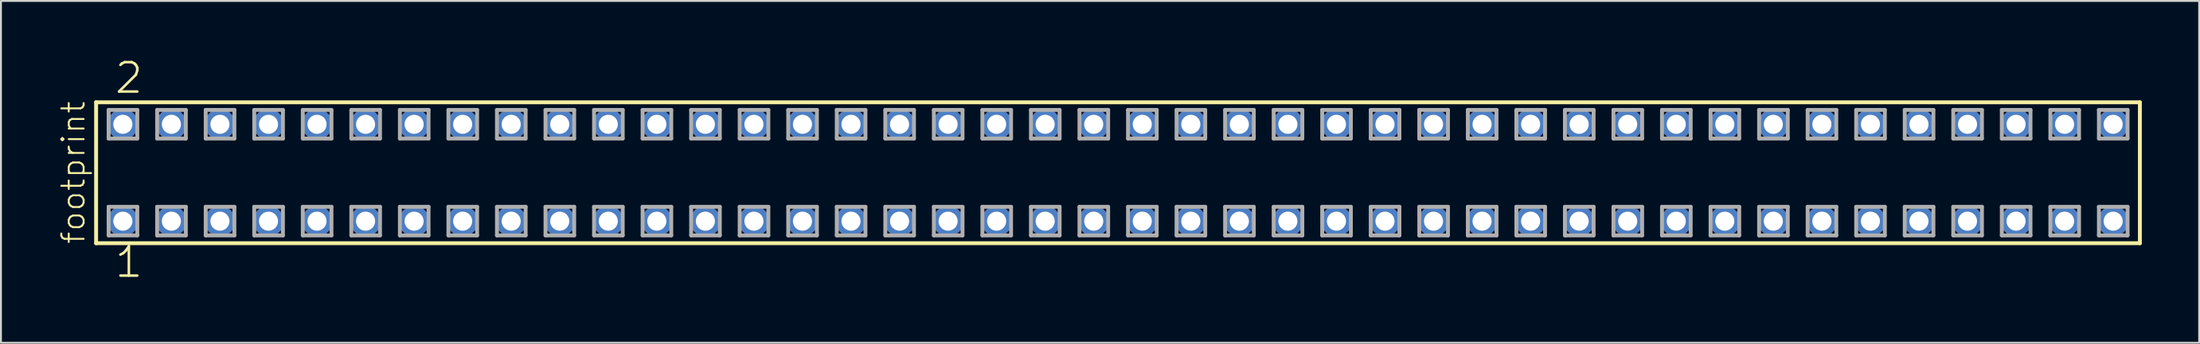
<source format=kicad_pcb>
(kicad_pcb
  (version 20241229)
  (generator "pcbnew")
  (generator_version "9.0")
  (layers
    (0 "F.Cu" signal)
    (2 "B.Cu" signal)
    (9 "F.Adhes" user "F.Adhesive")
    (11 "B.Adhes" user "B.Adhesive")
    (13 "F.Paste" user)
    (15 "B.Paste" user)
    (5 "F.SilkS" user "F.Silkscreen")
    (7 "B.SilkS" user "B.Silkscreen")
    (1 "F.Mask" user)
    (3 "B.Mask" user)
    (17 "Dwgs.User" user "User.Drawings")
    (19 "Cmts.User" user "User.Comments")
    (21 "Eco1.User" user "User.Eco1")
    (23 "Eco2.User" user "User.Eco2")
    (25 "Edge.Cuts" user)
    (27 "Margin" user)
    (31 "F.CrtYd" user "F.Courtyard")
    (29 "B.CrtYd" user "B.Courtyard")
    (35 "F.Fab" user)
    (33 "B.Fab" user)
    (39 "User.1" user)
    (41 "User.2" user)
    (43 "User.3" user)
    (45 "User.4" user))
  (footprint "footprint"
    (layer "F.Cu")
    (at 55.448 6.009)
    (property "Reference" "footprint" (at -53.975 3.81 90) (layer "F.SilkS") (effects (font (size 1.168 1.168) (thickness 0.102)) (justify left bottom)))
    (fp_line (start -53.469 -3.695) (end 53.469 -3.695) (stroke (width 0.203) (type solid)) (layer "F.SilkS"))
    (fp_line (start -53.469 3.695) (end -53.469 -3.695) (stroke (width 0.203) (type solid)) (layer "F.SilkS"))
    (fp_line (start 53.469 -3.695) (end 53.469 3.695) (stroke (width 0.203) (type solid)) (layer "F.SilkS"))
    (fp_line (start 53.469 3.695) (end -53.469 3.695) (stroke (width 0.203) (type solid)) (layer "F.SilkS"))
    (fp_line (start -52.815 -3.295) (end -51.315 -3.295) (stroke (width 0.203) (type solid)) (layer "F.Fab"))
    (fp_line (start -52.815 -1.795) (end -52.815 -3.295) (stroke (width 0.203) (type solid)) (layer "F.Fab"))
    (fp_line (start -52.815 1.785) (end -51.315 1.785) (stroke (width 0.203) (type solid)) (layer "F.Fab"))
    (fp_line (start -52.815 3.285) (end -52.815 1.785) (stroke (width 0.203) (type solid)) (layer "F.Fab"))
    (fp_line (start -51.315 -3.295) (end -51.315 -1.795) (stroke (width 0.203) (type solid)) (layer "F.Fab"))
    (fp_line (start -51.315 -1.795) (end -52.815 -1.795) (stroke (width 0.203) (type solid)) (layer "F.Fab"))
    (fp_line (start -51.315 1.785) (end -51.315 3.285) (stroke (width 0.203) (type solid)) (layer "F.Fab"))
    (fp_line (start -51.315 3.285) (end -52.815 3.285) (stroke (width 0.203) (type solid)) (layer "F.Fab"))
    (fp_line (start -50.275 -3.295) (end -48.775 -3.295) (stroke (width 0.203) (type solid)) (layer "F.Fab"))
    (fp_line (start -50.275 -1.795) (end -50.275 -3.295) (stroke (width 0.203) (type solid)) (layer "F.Fab"))
    (fp_line (start -50.275 1.785) (end -48.775 1.785) (stroke (width 0.203) (type solid)) (layer "F.Fab"))
    (fp_line (start -50.275 3.285) (end -50.275 1.785) (stroke (width 0.203) (type solid)) (layer "F.Fab"))
    (fp_line (start -48.775 -3.295) (end -48.775 -1.795) (stroke (width 0.203) (type solid)) (layer "F.Fab"))
    (fp_line (start -48.775 -1.795) (end -50.275 -1.795) (stroke (width 0.203) (type solid)) (layer "F.Fab"))
    (fp_line (start -48.775 1.785) (end -48.775 3.285) (stroke (width 0.203) (type solid)) (layer "F.Fab"))
    (fp_line (start -48.775 3.285) (end -50.275 3.285) (stroke (width 0.203) (type solid)) (layer "F.Fab"))
    (fp_line (start -47.735 -3.295) (end -46.235 -3.295) (stroke (width 0.203) (type solid)) (layer "F.Fab"))
    (fp_line (start -47.735 -1.795) (end -47.735 -3.295) (stroke (width 0.203) (type solid)) (layer "F.Fab"))
    (fp_line (start -47.735 1.785) (end -46.235 1.785) (stroke (width 0.203) (type solid)) (layer "F.Fab"))
    (fp_line (start -47.735 3.285) (end -47.735 1.785) (stroke (width 0.203) (type solid)) (layer "F.Fab"))
    (fp_line (start -46.235 -3.295) (end -46.235 -1.795) (stroke (width 0.203) (type solid)) (layer "F.Fab"))
    (fp_line (start -46.235 -1.795) (end -47.735 -1.795) (stroke (width 0.203) (type solid)) (layer "F.Fab"))
    (fp_line (start -46.235 1.785) (end -46.235 3.285) (stroke (width 0.203) (type solid)) (layer "F.Fab"))
    (fp_line (start -46.235 3.285) (end -47.735 3.285) (stroke (width 0.203) (type solid)) (layer "F.Fab"))
    (fp_line (start -45.195 -3.295) (end -43.695 -3.295) (stroke (width 0.203) (type solid)) (layer "F.Fab"))
    (fp_line (start -45.195 -1.795) (end -45.195 -3.295) (stroke (width 0.203) (type solid)) (layer "F.Fab"))
    (fp_line (start -45.195 1.785) (end -43.695 1.785) (stroke (width 0.203) (type solid)) (layer "F.Fab"))
    (fp_line (start -45.195 3.285) (end -45.195 1.785) (stroke (width 0.203) (type solid)) (layer "F.Fab"))
    (fp_line (start -43.695 -3.295) (end -43.695 -1.795) (stroke (width 0.203) (type solid)) (layer "F.Fab"))
    (fp_line (start -43.695 -1.795) (end -45.195 -1.795) (stroke (width 0.203) (type solid)) (layer "F.Fab"))
    (fp_line (start -43.695 1.785) (end -43.695 3.285) (stroke (width 0.203) (type solid)) (layer "F.Fab"))
    (fp_line (start -43.695 3.285) (end -45.195 3.285) (stroke (width 0.203) (type solid)) (layer "F.Fab"))
    (fp_line (start -42.655 -3.295) (end -41.155 -3.295) (stroke (width 0.203) (type solid)) (layer "F.Fab"))
    (fp_line (start -42.655 -1.795) (end -42.655 -3.295) (stroke (width 0.203) (type solid)) (layer "F.Fab"))
    (fp_line (start -42.655 1.785) (end -41.155 1.785) (stroke (width 0.203) (type solid)) (layer "F.Fab"))
    (fp_line (start -42.655 3.285) (end -42.655 1.785) (stroke (width 0.203) (type solid)) (layer "F.Fab"))
    (fp_line (start -41.155 -3.295) (end -41.155 -1.795) (stroke (width 0.203) (type solid)) (layer "F.Fab"))
    (fp_line (start -41.155 -1.795) (end -42.655 -1.795) (stroke (width 0.203) (type solid)) (layer "F.Fab"))
    (fp_line (start -41.155 1.785) (end -41.155 3.285) (stroke (width 0.203) (type solid)) (layer "F.Fab"))
    (fp_line (start -41.155 3.285) (end -42.655 3.285) (stroke (width 0.203) (type solid)) (layer "F.Fab"))
    (fp_line (start -40.115 -3.295) (end -38.615 -3.295) (stroke (width 0.203) (type solid)) (layer "F.Fab"))
    (fp_line (start -40.115 -1.795) (end -40.115 -3.295) (stroke (width 0.203) (type solid)) (layer "F.Fab"))
    (fp_line (start -40.115 1.785) (end -38.615 1.785) (stroke (width 0.203) (type solid)) (layer "F.Fab"))
    (fp_line (start -40.115 3.285) (end -40.115 1.785) (stroke (width 0.203) (type solid)) (layer "F.Fab"))
    (fp_line (start -38.615 -3.295) (end -38.615 -1.795) (stroke (width 0.203) (type solid)) (layer "F.Fab"))
    (fp_line (start -38.615 -1.795) (end -40.115 -1.795) (stroke (width 0.203) (type solid)) (layer "F.Fab"))
    (fp_line (start -38.615 1.785) (end -38.615 3.285) (stroke (width 0.203) (type solid)) (layer "F.Fab"))
    (fp_line (start -38.615 3.285) (end -40.115 3.285) (stroke (width 0.203) (type solid)) (layer "F.Fab"))
    (fp_line (start -37.575 -3.295) (end -36.075 -3.295) (stroke (width 0.203) (type solid)) (layer "F.Fab"))
    (fp_line (start -37.575 -1.795) (end -37.575 -3.295) (stroke (width 0.203) (type solid)) (layer "F.Fab"))
    (fp_line (start -37.575 1.785) (end -36.075 1.785) (stroke (width 0.203) (type solid)) (layer "F.Fab"))
    (fp_line (start -37.575 3.285) (end -37.575 1.785) (stroke (width 0.203) (type solid)) (layer "F.Fab"))
    (fp_line (start -36.075 -3.295) (end -36.075 -1.795) (stroke (width 0.203) (type solid)) (layer "F.Fab"))
    (fp_line (start -36.075 -1.795) (end -37.575 -1.795) (stroke (width 0.203) (type solid)) (layer "F.Fab"))
    (fp_line (start -36.075 1.785) (end -36.075 3.285) (stroke (width 0.203) (type solid)) (layer "F.Fab"))
    (fp_line (start -36.075 3.285) (end -37.575 3.285) (stroke (width 0.203) (type solid)) (layer "F.Fab"))
    (fp_line (start -35.035 -3.295) (end -33.535 -3.295) (stroke (width 0.203) (type solid)) (layer "F.Fab"))
    (fp_line (start -35.035 -1.795) (end -35.035 -3.295) (stroke (width 0.203) (type solid)) (layer "F.Fab"))
    (fp_line (start -35.035 1.785) (end -33.535 1.785) (stroke (width 0.203) (type solid)) (layer "F.Fab"))
    (fp_line (start -35.035 3.285) (end -35.035 1.785) (stroke (width 0.203) (type solid)) (layer "F.Fab"))
    (fp_line (start -33.535 -3.295) (end -33.535 -1.795) (stroke (width 0.203) (type solid)) (layer "F.Fab"))
    (fp_line (start -33.535 -1.795) (end -35.035 -1.795) (stroke (width 0.203) (type solid)) (layer "F.Fab"))
    (fp_line (start -33.535 1.785) (end -33.535 3.285) (stroke (width 0.203) (type solid)) (layer "F.Fab"))
    (fp_line (start -33.535 3.285) (end -35.035 3.285) (stroke (width 0.203) (type solid)) (layer "F.Fab"))
    (fp_line (start -32.495 -3.295) (end -30.995 -3.295) (stroke (width 0.203) (type solid)) (layer "F.Fab"))
    (fp_line (start -32.495 -1.795) (end -32.495 -3.295) (stroke (width 0.203) (type solid)) (layer "F.Fab"))
    (fp_line (start -32.495 1.785) (end -30.995 1.785) (stroke (width 0.203) (type solid)) (layer "F.Fab"))
    (fp_line (start -32.495 3.285) (end -32.495 1.785) (stroke (width 0.203) (type solid)) (layer "F.Fab"))
    (fp_line (start -30.995 -3.295) (end -30.995 -1.795) (stroke (width 0.203) (type solid)) (layer "F.Fab"))
    (fp_line (start -30.995 -1.795) (end -32.495 -1.795) (stroke (width 0.203) (type solid)) (layer "F.Fab"))
    (fp_line (start -30.995 1.785) (end -30.995 3.285) (stroke (width 0.203) (type solid)) (layer "F.Fab"))
    (fp_line (start -30.995 3.285) (end -32.495 3.285) (stroke (width 0.203) (type solid)) (layer "F.Fab"))
    (fp_line (start -29.955 -3.295) (end -28.455 -3.295) (stroke (width 0.203) (type solid)) (layer "F.Fab"))
    (fp_line (start -29.955 -1.795) (end -29.955 -3.295) (stroke (width 0.203) (type solid)) (layer "F.Fab"))
    (fp_line (start -29.955 1.785) (end -28.455 1.785) (stroke (width 0.203) (type solid)) (layer "F.Fab"))
    (fp_line (start -29.955 3.285) (end -29.955 1.785) (stroke (width 0.203) (type solid)) (layer "F.Fab"))
    (fp_line (start -28.455 -3.295) (end -28.455 -1.795) (stroke (width 0.203) (type solid)) (layer "F.Fab"))
    (fp_line (start -28.455 -1.795) (end -29.955 -1.795) (stroke (width 0.203) (type solid)) (layer "F.Fab"))
    (fp_line (start -28.455 1.785) (end -28.455 3.285) (stroke (width 0.203) (type solid)) (layer "F.Fab"))
    (fp_line (start -28.455 3.285) (end -29.955 3.285) (stroke (width 0.203) (type solid)) (layer "F.Fab"))
    (fp_line (start -27.415 -3.295) (end -25.915 -3.295) (stroke (width 0.203) (type solid)) (layer "F.Fab"))
    (fp_line (start -27.415 -1.795) (end -27.415 -3.295) (stroke (width 0.203) (type solid)) (layer "F.Fab"))
    (fp_line (start -27.415 1.785) (end -25.915 1.785) (stroke (width 0.203) (type solid)) (layer "F.Fab"))
    (fp_line (start -27.415 3.285) (end -27.415 1.785) (stroke (width 0.203) (type solid)) (layer "F.Fab"))
    (fp_line (start -25.915 -3.295) (end -25.915 -1.795) (stroke (width 0.203) (type solid)) (layer "F.Fab"))
    (fp_line (start -25.915 -1.795) (end -27.415 -1.795) (stroke (width 0.203) (type solid)) (layer "F.Fab"))
    (fp_line (start -25.915 1.785) (end -25.915 3.285) (stroke (width 0.203) (type solid)) (layer "F.Fab"))
    (fp_line (start -25.915 3.285) (end -27.415 3.285) (stroke (width 0.203) (type solid)) (layer "F.Fab"))
    (fp_line (start -24.875 -3.295) (end -23.375 -3.295) (stroke (width 0.203) (type solid)) (layer "F.Fab"))
    (fp_line (start -24.875 -1.795) (end -24.875 -3.295) (stroke (width 0.203) (type solid)) (layer "F.Fab"))
    (fp_line (start -24.875 1.785) (end -23.375 1.785) (stroke (width 0.203) (type solid)) (layer "F.Fab"))
    (fp_line (start -24.875 3.285) (end -24.875 1.785) (stroke (width 0.203) (type solid)) (layer "F.Fab"))
    (fp_line (start -23.375 -3.295) (end -23.375 -1.795) (stroke (width 0.203) (type solid)) (layer "F.Fab"))
    (fp_line (start -23.375 -1.795) (end -24.875 -1.795) (stroke (width 0.203) (type solid)) (layer "F.Fab"))
    (fp_line (start -23.375 1.785) (end -23.375 3.285) (stroke (width 0.203) (type solid)) (layer "F.Fab"))
    (fp_line (start -23.375 3.285) (end -24.875 3.285) (stroke (width 0.203) (type solid)) (layer "F.Fab"))
    (fp_line (start -22.335 -3.295) (end -20.835 -3.295) (stroke (width 0.203) (type solid)) (layer "F.Fab"))
    (fp_line (start -22.335 -1.795) (end -22.335 -3.295) (stroke (width 0.203) (type solid)) (layer "F.Fab"))
    (fp_line (start -22.335 1.785) (end -20.835 1.785) (stroke (width 0.203) (type solid)) (layer "F.Fab"))
    (fp_line (start -22.335 3.285) (end -22.335 1.785) (stroke (width 0.203) (type solid)) (layer "F.Fab"))
    (fp_line (start -20.835 -3.295) (end -20.835 -1.795) (stroke (width 0.203) (type solid)) (layer "F.Fab"))
    (fp_line (start -20.835 -1.795) (end -22.335 -1.795) (stroke (width 0.203) (type solid)) (layer "F.Fab"))
    (fp_line (start -20.835 1.785) (end -20.835 3.285) (stroke (width 0.203) (type solid)) (layer "F.Fab"))
    (fp_line (start -20.835 3.285) (end -22.335 3.285) (stroke (width 0.203) (type solid)) (layer "F.Fab"))
    (fp_line (start -19.795 -3.295) (end -18.295 -3.295) (stroke (width 0.203) (type solid)) (layer "F.Fab"))
    (fp_line (start -19.795 -1.795) (end -19.795 -3.295) (stroke (width 0.203) (type solid)) (layer "F.Fab"))
    (fp_line (start -19.795 1.785) (end -18.295 1.785) (stroke (width 0.203) (type solid)) (layer "F.Fab"))
    (fp_line (start -19.795 3.285) (end -19.795 1.785) (stroke (width 0.203) (type solid)) (layer "F.Fab"))
    (fp_line (start -18.295 -3.295) (end -18.295 -1.795) (stroke (width 0.203) (type solid)) (layer "F.Fab"))
    (fp_line (start -18.295 -1.795) (end -19.795 -1.795) (stroke (width 0.203) (type solid)) (layer "F.Fab"))
    (fp_line (start -18.295 1.785) (end -18.295 3.285) (stroke (width 0.203) (type solid)) (layer "F.Fab"))
    (fp_line (start -18.295 3.285) (end -19.795 3.285) (stroke (width 0.203) (type solid)) (layer "F.Fab"))
    (fp_line (start -17.255 -3.295) (end -15.755 -3.295) (stroke (width 0.203) (type solid)) (layer "F.Fab"))
    (fp_line (start -17.255 -1.795) (end -17.255 -3.295) (stroke (width 0.203) (type solid)) (layer "F.Fab"))
    (fp_line (start -17.255 1.785) (end -15.755 1.785) (stroke (width 0.203) (type solid)) (layer "F.Fab"))
    (fp_line (start -17.255 3.285) (end -17.255 1.785) (stroke (width 0.203) (type solid)) (layer "F.Fab"))
    (fp_line (start -15.755 -3.295) (end -15.755 -1.795) (stroke (width 0.203) (type solid)) (layer "F.Fab"))
    (fp_line (start -15.755 -1.795) (end -17.255 -1.795) (stroke (width 0.203) (type solid)) (layer "F.Fab"))
    (fp_line (start -15.755 1.785) (end -15.755 3.285) (stroke (width 0.203) (type solid)) (layer "F.Fab"))
    (fp_line (start -15.755 3.285) (end -17.255 3.285) (stroke (width 0.203) (type solid)) (layer "F.Fab"))
    (fp_line (start -14.715 -3.295) (end -13.215 -3.295) (stroke (width 0.203) (type solid)) (layer "F.Fab"))
    (fp_line (start -14.715 -1.795) (end -14.715 -3.295) (stroke (width 0.203) (type solid)) (layer "F.Fab"))
    (fp_line (start -14.715 1.785) (end -13.215 1.785) (stroke (width 0.203) (type solid)) (layer "F.Fab"))
    (fp_line (start -14.715 3.285) (end -14.715 1.785) (stroke (width 0.203) (type solid)) (layer "F.Fab"))
    (fp_line (start -13.215 -3.295) (end -13.215 -1.795) (stroke (width 0.203) (type solid)) (layer "F.Fab"))
    (fp_line (start -13.215 -1.795) (end -14.715 -1.795) (stroke (width 0.203) (type solid)) (layer "F.Fab"))
    (fp_line (start -13.215 1.785) (end -13.215 3.285) (stroke (width 0.203) (type solid)) (layer "F.Fab"))
    (fp_line (start -13.215 3.285) (end -14.715 3.285) (stroke (width 0.203) (type solid)) (layer "F.Fab"))
    (fp_line (start -12.175 -3.295) (end -10.675 -3.295) (stroke (width 0.203) (type solid)) (layer "F.Fab"))
    (fp_line (start -12.175 -1.795) (end -12.175 -3.295) (stroke (width 0.203) (type solid)) (layer "F.Fab"))
    (fp_line (start -12.175 1.785) (end -10.675 1.785) (stroke (width 0.203) (type solid)) (layer "F.Fab"))
    (fp_line (start -12.175 3.285) (end -12.175 1.785) (stroke (width 0.203) (type solid)) (layer "F.Fab"))
    (fp_line (start -10.675 -3.295) (end -10.675 -1.795) (stroke (width 0.203) (type solid)) (layer "F.Fab"))
    (fp_line (start -10.675 -1.795) (end -12.175 -1.795) (stroke (width 0.203) (type solid)) (layer "F.Fab"))
    (fp_line (start -10.675 1.785) (end -10.675 3.285) (stroke (width 0.203) (type solid)) (layer "F.Fab"))
    (fp_line (start -10.675 3.285) (end -12.175 3.285) (stroke (width 0.203) (type solid)) (layer "F.Fab"))
    (fp_line (start -9.635 -3.295) (end -8.135 -3.295) (stroke (width 0.203) (type solid)) (layer "F.Fab"))
    (fp_line (start -9.635 -1.795) (end -9.635 -3.295) (stroke (width 0.203) (type solid)) (layer "F.Fab"))
    (fp_line (start -9.635 1.785) (end -8.135 1.785) (stroke (width 0.203) (type solid)) (layer "F.Fab"))
    (fp_line (start -9.635 3.285) (end -9.635 1.785) (stroke (width 0.203) (type solid)) (layer "F.Fab"))
    (fp_line (start -8.135 -3.295) (end -8.135 -1.795) (stroke (width 0.203) (type solid)) (layer "F.Fab"))
    (fp_line (start -8.135 -1.795) (end -9.635 -1.795) (stroke (width 0.203) (type solid)) (layer "F.Fab"))
    (fp_line (start -8.135 1.785) (end -8.135 3.285) (stroke (width 0.203) (type solid)) (layer "F.Fab"))
    (fp_line (start -8.135 3.285) (end -9.635 3.285) (stroke (width 0.203) (type solid)) (layer "F.Fab"))
    (fp_line (start -7.095 -3.295) (end -5.595 -3.295) (stroke (width 0.203) (type solid)) (layer "F.Fab"))
    (fp_line (start -7.095 -1.795) (end -7.095 -3.295) (stroke (width 0.203) (type solid)) (layer "F.Fab"))
    (fp_line (start -7.095 1.785) (end -5.595 1.785) (stroke (width 0.203) (type solid)) (layer "F.Fab"))
    (fp_line (start -7.095 3.285) (end -7.095 1.785) (stroke (width 0.203) (type solid)) (layer "F.Fab"))
    (fp_line (start -5.595 -3.295) (end -5.595 -1.795) (stroke (width 0.203) (type solid)) (layer "F.Fab"))
    (fp_line (start -5.595 -1.795) (end -7.095 -1.795) (stroke (width 0.203) (type solid)) (layer "F.Fab"))
    (fp_line (start -5.595 1.785) (end -5.595 3.285) (stroke (width 0.203) (type solid)) (layer "F.Fab"))
    (fp_line (start -5.595 3.285) (end -7.095 3.285) (stroke (width 0.203) (type solid)) (layer "F.Fab"))
    (fp_line (start -4.555 -3.295) (end -3.055 -3.295) (stroke (width 0.203) (type solid)) (layer "F.Fab"))
    (fp_line (start -4.555 -1.795) (end -4.555 -3.295) (stroke (width 0.203) (type solid)) (layer "F.Fab"))
    (fp_line (start -4.555 1.785) (end -3.055 1.785) (stroke (width 0.203) (type solid)) (layer "F.Fab"))
    (fp_line (start -4.555 3.285) (end -4.555 1.785) (stroke (width 0.203) (type solid)) (layer "F.Fab"))
    (fp_line (start -3.055 -3.295) (end -3.055 -1.795) (stroke (width 0.203) (type solid)) (layer "F.Fab"))
    (fp_line (start -3.055 -1.795) (end -4.555 -1.795) (stroke (width 0.203) (type solid)) (layer "F.Fab"))
    (fp_line (start -3.055 1.785) (end -3.055 3.285) (stroke (width 0.203) (type solid)) (layer "F.Fab"))
    (fp_line (start -3.055 3.285) (end -4.555 3.285) (stroke (width 0.203) (type solid)) (layer "F.Fab"))
    (fp_line (start -2.015 -3.295) (end -0.515 -3.295) (stroke (width 0.203) (type solid)) (layer "F.Fab"))
    (fp_line (start -2.015 -1.795) (end -2.015 -3.295) (stroke (width 0.203) (type solid)) (layer "F.Fab"))
    (fp_line (start -2.015 1.785) (end -0.515 1.785) (stroke (width 0.203) (type solid)) (layer "F.Fab"))
    (fp_line (start -2.015 3.285) (end -2.015 1.785) (stroke (width 0.203) (type solid)) (layer "F.Fab"))
    (fp_line (start -0.515 -3.295) (end -0.515 -1.795) (stroke (width 0.203) (type solid)) (layer "F.Fab"))
    (fp_line (start -0.515 -1.795) (end -2.015 -1.795) (stroke (width 0.203) (type solid)) (layer "F.Fab"))
    (fp_line (start -0.515 1.785) (end -0.515 3.285) (stroke (width 0.203) (type solid)) (layer "F.Fab"))
    (fp_line (start -0.515 3.285) (end -2.015 3.285) (stroke (width 0.203) (type solid)) (layer "F.Fab"))
    (fp_line (start 0.525 -3.295) (end 2.025 -3.295) (stroke (width 0.203) (type solid)) (layer "F.Fab"))
    (fp_line (start 0.525 -1.795) (end 0.525 -3.295) (stroke (width 0.203) (type solid)) (layer "F.Fab"))
    (fp_line (start 0.525 1.785) (end 2.025 1.785) (stroke (width 0.203) (type solid)) (layer "F.Fab"))
    (fp_line (start 0.525 3.285) (end 0.525 1.785) (stroke (width 0.203) (type solid)) (layer "F.Fab"))
    (fp_line (start 2.025 -3.295) (end 2.025 -1.795) (stroke (width 0.203) (type solid)) (layer "F.Fab"))
    (fp_line (start 2.025 -1.795) (end 0.525 -1.795) (stroke (width 0.203) (type solid)) (layer "F.Fab"))
    (fp_line (start 2.025 1.785) (end 2.025 3.285) (stroke (width 0.203) (type solid)) (layer "F.Fab"))
    (fp_line (start 2.025 3.285) (end 0.525 3.285) (stroke (width 0.203) (type solid)) (layer "F.Fab"))
    (fp_line (start 3.065 -3.295) (end 4.565 -3.295) (stroke (width 0.203) (type solid)) (layer "F.Fab"))
    (fp_line (start 3.065 -1.795) (end 3.065 -3.295) (stroke (width 0.203) (type solid)) (layer "F.Fab"))
    (fp_line (start 3.065 1.785) (end 4.565 1.785) (stroke (width 0.203) (type solid)) (layer "F.Fab"))
    (fp_line (start 3.065 3.285) (end 3.065 1.785) (stroke (width 0.203) (type solid)) (layer "F.Fab"))
    (fp_line (start 4.565 -3.295) (end 4.565 -1.795) (stroke (width 0.203) (type solid)) (layer "F.Fab"))
    (fp_line (start 4.565 -1.795) (end 3.065 -1.795) (stroke (width 0.203) (type solid)) (layer "F.Fab"))
    (fp_line (start 4.565 1.785) (end 4.565 3.285) (stroke (width 0.203) (type solid)) (layer "F.Fab"))
    (fp_line (start 4.565 3.285) (end 3.065 3.285) (stroke (width 0.203) (type solid)) (layer "F.Fab"))
    (fp_line (start 5.605 -3.295) (end 7.105 -3.295) (stroke (width 0.203) (type solid)) (layer "F.Fab"))
    (fp_line (start 5.605 -1.795) (end 5.605 -3.295) (stroke (width 0.203) (type solid)) (layer "F.Fab"))
    (fp_line (start 5.605 1.785) (end 7.105 1.785) (stroke (width 0.203) (type solid)) (layer "F.Fab"))
    (fp_line (start 5.605 3.285) (end 5.605 1.785) (stroke (width 0.203) (type solid)) (layer "F.Fab"))
    (fp_line (start 7.105 -3.295) (end 7.105 -1.795) (stroke (width 0.203) (type solid)) (layer "F.Fab"))
    (fp_line (start 7.105 -1.795) (end 5.605 -1.795) (stroke (width 0.203) (type solid)) (layer "F.Fab"))
    (fp_line (start 7.105 1.785) (end 7.105 3.285) (stroke (width 0.203) (type solid)) (layer "F.Fab"))
    (fp_line (start 7.105 3.285) (end 5.605 3.285) (stroke (width 0.203) (type solid)) (layer "F.Fab"))
    (fp_line (start 8.145 -3.295) (end 9.645 -3.295) (stroke (width 0.203) (type solid)) (layer "F.Fab"))
    (fp_line (start 8.145 -1.795) (end 8.145 -3.295) (stroke (width 0.203) (type solid)) (layer "F.Fab"))
    (fp_line (start 8.145 1.785) (end 9.645 1.785) (stroke (width 0.203) (type solid)) (layer "F.Fab"))
    (fp_line (start 8.145 3.285) (end 8.145 1.785) (stroke (width 0.203) (type solid)) (layer "F.Fab"))
    (fp_line (start 9.645 -3.295) (end 9.645 -1.795) (stroke (width 0.203) (type solid)) (layer "F.Fab"))
    (fp_line (start 9.645 -1.795) (end 8.145 -1.795) (stroke (width 0.203) (type solid)) (layer "F.Fab"))
    (fp_line (start 9.645 1.785) (end 9.645 3.285) (stroke (width 0.203) (type solid)) (layer "F.Fab"))
    (fp_line (start 9.645 3.285) (end 8.145 3.285) (stroke (width 0.203) (type solid)) (layer "F.Fab"))
    (fp_line (start 10.685 -3.295) (end 12.185 -3.295) (stroke (width 0.203) (type solid)) (layer "F.Fab"))
    (fp_line (start 10.685 -1.795) (end 10.685 -3.295) (stroke (width 0.203) (type solid)) (layer "F.Fab"))
    (fp_line (start 10.685 1.785) (end 12.185 1.785) (stroke (width 0.203) (type solid)) (layer "F.Fab"))
    (fp_line (start 10.685 3.285) (end 10.685 1.785) (stroke (width 0.203) (type solid)) (layer "F.Fab"))
    (fp_line (start 12.185 -3.295) (end 12.185 -1.795) (stroke (width 0.203) (type solid)) (layer "F.Fab"))
    (fp_line (start 12.185 -1.795) (end 10.685 -1.795) (stroke (width 0.203) (type solid)) (layer "F.Fab"))
    (fp_line (start 12.185 1.785) (end 12.185 3.285) (stroke (width 0.203) (type solid)) (layer "F.Fab"))
    (fp_line (start 12.185 3.285) (end 10.685 3.285) (stroke (width 0.203) (type solid)) (layer "F.Fab"))
    (fp_line (start 13.225 -3.295) (end 14.725 -3.295) (stroke (width 0.203) (type solid)) (layer "F.Fab"))
    (fp_line (start 13.225 -1.795) (end 13.225 -3.295) (stroke (width 0.203) (type solid)) (layer "F.Fab"))
    (fp_line (start 13.225 1.785) (end 14.725 1.785) (stroke (width 0.203) (type solid)) (layer "F.Fab"))
    (fp_line (start 13.225 3.285) (end 13.225 1.785) (stroke (width 0.203) (type solid)) (layer "F.Fab"))
    (fp_line (start 14.725 -3.295) (end 14.725 -1.795) (stroke (width 0.203) (type solid)) (layer "F.Fab"))
    (fp_line (start 14.725 -1.795) (end 13.225 -1.795) (stroke (width 0.203) (type solid)) (layer "F.Fab"))
    (fp_line (start 14.725 1.785) (end 14.725 3.285) (stroke (width 0.203) (type solid)) (layer "F.Fab"))
    (fp_line (start 14.725 3.285) (end 13.225 3.285) (stroke (width 0.203) (type solid)) (layer "F.Fab"))
    (fp_line (start 15.765 -3.295) (end 17.265 -3.295) (stroke (width 0.203) (type solid)) (layer "F.Fab"))
    (fp_line (start 15.765 -1.795) (end 15.765 -3.295) (stroke (width 0.203) (type solid)) (layer "F.Fab"))
    (fp_line (start 15.765 1.785) (end 17.265 1.785) (stroke (width 0.203) (type solid)) (layer "F.Fab"))
    (fp_line (start 15.765 3.285) (end 15.765 1.785) (stroke (width 0.203) (type solid)) (layer "F.Fab"))
    (fp_line (start 17.265 -3.295) (end 17.265 -1.795) (stroke (width 0.203) (type solid)) (layer "F.Fab"))
    (fp_line (start 17.265 -1.795) (end 15.765 -1.795) (stroke (width 0.203) (type solid)) (layer "F.Fab"))
    (fp_line (start 17.265 1.785) (end 17.265 3.285) (stroke (width 0.203) (type solid)) (layer "F.Fab"))
    (fp_line (start 17.265 3.285) (end 15.765 3.285) (stroke (width 0.203) (type solid)) (layer "F.Fab"))
    (fp_line (start 18.305 -3.295) (end 19.805 -3.295) (stroke (width 0.203) (type solid)) (layer "F.Fab"))
    (fp_line (start 18.305 -1.795) (end 18.305 -3.295) (stroke (width 0.203) (type solid)) (layer "F.Fab"))
    (fp_line (start 18.305 1.785) (end 19.805 1.785) (stroke (width 0.203) (type solid)) (layer "F.Fab"))
    (fp_line (start 18.305 3.285) (end 18.305 1.785) (stroke (width 0.203) (type solid)) (layer "F.Fab"))
    (fp_line (start 19.805 -3.295) (end 19.805 -1.795) (stroke (width 0.203) (type solid)) (layer "F.Fab"))
    (fp_line (start 19.805 -1.795) (end 18.305 -1.795) (stroke (width 0.203) (type solid)) (layer "F.Fab"))
    (fp_line (start 19.805 1.785) (end 19.805 3.285) (stroke (width 0.203) (type solid)) (layer "F.Fab"))
    (fp_line (start 19.805 3.285) (end 18.305 3.285) (stroke (width 0.203) (type solid)) (layer "F.Fab"))
    (fp_line (start 20.845 -3.295) (end 22.345 -3.295) (stroke (width 0.203) (type solid)) (layer "F.Fab"))
    (fp_line (start 20.845 -1.795) (end 20.845 -3.295) (stroke (width 0.203) (type solid)) (layer "F.Fab"))
    (fp_line (start 20.845 1.785) (end 22.345 1.785) (stroke (width 0.203) (type solid)) (layer "F.Fab"))
    (fp_line (start 20.845 3.285) (end 20.845 1.785) (stroke (width 0.203) (type solid)) (layer "F.Fab"))
    (fp_line (start 22.345 -3.295) (end 22.345 -1.795) (stroke (width 0.203) (type solid)) (layer "F.Fab"))
    (fp_line (start 22.345 -1.795) (end 20.845 -1.795) (stroke (width 0.203) (type solid)) (layer "F.Fab"))
    (fp_line (start 22.345 1.785) (end 22.345 3.285) (stroke (width 0.203) (type solid)) (layer "F.Fab"))
    (fp_line (start 22.345 3.285) (end 20.845 3.285) (stroke (width 0.203) (type solid)) (layer "F.Fab"))
    (fp_line (start 23.385 -3.295) (end 24.885 -3.295) (stroke (width 0.203) (type solid)) (layer "F.Fab"))
    (fp_line (start 23.385 -1.795) (end 23.385 -3.295) (stroke (width 0.203) (type solid)) (layer "F.Fab"))
    (fp_line (start 23.385 1.785) (end 24.885 1.785) (stroke (width 0.203) (type solid)) (layer "F.Fab"))
    (fp_line (start 23.385 3.285) (end 23.385 1.785) (stroke (width 0.203) (type solid)) (layer "F.Fab"))
    (fp_line (start 24.885 -3.295) (end 24.885 -1.795) (stroke (width 0.203) (type solid)) (layer "F.Fab"))
    (fp_line (start 24.885 -1.795) (end 23.385 -1.795) (stroke (width 0.203) (type solid)) (layer "F.Fab"))
    (fp_line (start 24.885 1.785) (end 24.885 3.285) (stroke (width 0.203) (type solid)) (layer "F.Fab"))
    (fp_line (start 24.885 3.285) (end 23.385 3.285) (stroke (width 0.203) (type solid)) (layer "F.Fab"))
    (fp_line (start 25.925 -3.295) (end 27.425 -3.295) (stroke (width 0.203) (type solid)) (layer "F.Fab"))
    (fp_line (start 25.925 -1.795) (end 25.925 -3.295) (stroke (width 0.203) (type solid)) (layer "F.Fab"))
    (fp_line (start 25.925 1.785) (end 27.425 1.785) (stroke (width 0.203) (type solid)) (layer "F.Fab"))
    (fp_line (start 25.925 3.285) (end 25.925 1.785) (stroke (width 0.203) (type solid)) (layer "F.Fab"))
    (fp_line (start 27.425 -3.295) (end 27.425 -1.795) (stroke (width 0.203) (type solid)) (layer "F.Fab"))
    (fp_line (start 27.425 -1.795) (end 25.925 -1.795) (stroke (width 0.203) (type solid)) (layer "F.Fab"))
    (fp_line (start 27.425 1.785) (end 27.425 3.285) (stroke (width 0.203) (type solid)) (layer "F.Fab"))
    (fp_line (start 27.425 3.285) (end 25.925 3.285) (stroke (width 0.203) (type solid)) (layer "F.Fab"))
    (fp_line (start 28.465 -3.295) (end 29.965 -3.295) (stroke (width 0.203) (type solid)) (layer "F.Fab"))
    (fp_line (start 28.465 -1.795) (end 28.465 -3.295) (stroke (width 0.203) (type solid)) (layer "F.Fab"))
    (fp_line (start 28.465 1.785) (end 29.965 1.785) (stroke (width 0.203) (type solid)) (layer "F.Fab"))
    (fp_line (start 28.465 3.285) (end 28.465 1.785) (stroke (width 0.203) (type solid)) (layer "F.Fab"))
    (fp_line (start 29.965 -3.295) (end 29.965 -1.795) (stroke (width 0.203) (type solid)) (layer "F.Fab"))
    (fp_line (start 29.965 -1.795) (end 28.465 -1.795) (stroke (width 0.203) (type solid)) (layer "F.Fab"))
    (fp_line (start 29.965 1.785) (end 29.965 3.285) (stroke (width 0.203) (type solid)) (layer "F.Fab"))
    (fp_line (start 29.965 3.285) (end 28.465 3.285) (stroke (width 0.203) (type solid)) (layer "F.Fab"))
    (fp_line (start 31.005 -3.295) (end 32.505 -3.295) (stroke (width 0.203) (type solid)) (layer "F.Fab"))
    (fp_line (start 31.005 -1.795) (end 31.005 -3.295) (stroke (width 0.203) (type solid)) (layer "F.Fab"))
    (fp_line (start 31.005 1.785) (end 32.505 1.785) (stroke (width 0.203) (type solid)) (layer "F.Fab"))
    (fp_line (start 31.005 3.285) (end 31.005 1.785) (stroke (width 0.203) (type solid)) (layer "F.Fab"))
    (fp_line (start 32.505 -3.295) (end 32.505 -1.795) (stroke (width 0.203) (type solid)) (layer "F.Fab"))
    (fp_line (start 32.505 -1.795) (end 31.005 -1.795) (stroke (width 0.203) (type solid)) (layer "F.Fab"))
    (fp_line (start 32.505 1.785) (end 32.505 3.285) (stroke (width 0.203) (type solid)) (layer "F.Fab"))
    (fp_line (start 32.505 3.285) (end 31.005 3.285) (stroke (width 0.203) (type solid)) (layer "F.Fab"))
    (fp_line (start 33.545 -3.295) (end 35.045 -3.295) (stroke (width 0.203) (type solid)) (layer "F.Fab"))
    (fp_line (start 33.545 -1.795) (end 33.545 -3.295) (stroke (width 0.203) (type solid)) (layer "F.Fab"))
    (fp_line (start 33.545 1.785) (end 35.045 1.785) (stroke (width 0.203) (type solid)) (layer "F.Fab"))
    (fp_line (start 33.545 3.285) (end 33.545 1.785) (stroke (width 0.203) (type solid)) (layer "F.Fab"))
    (fp_line (start 35.045 -3.295) (end 35.045 -1.795) (stroke (width 0.203) (type solid)) (layer "F.Fab"))
    (fp_line (start 35.045 -1.795) (end 33.545 -1.795) (stroke (width 0.203) (type solid)) (layer "F.Fab"))
    (fp_line (start 35.045 1.785) (end 35.045 3.285) (stroke (width 0.203) (type solid)) (layer "F.Fab"))
    (fp_line (start 35.045 3.285) (end 33.545 3.285) (stroke (width 0.203) (type solid)) (layer "F.Fab"))
    (fp_line (start 36.085 -3.295) (end 37.585 -3.295) (stroke (width 0.203) (type solid)) (layer "F.Fab"))
    (fp_line (start 36.085 -1.795) (end 36.085 -3.295) (stroke (width 0.203) (type solid)) (layer "F.Fab"))
    (fp_line (start 36.085 1.785) (end 37.585 1.785) (stroke (width 0.203) (type solid)) (layer "F.Fab"))
    (fp_line (start 36.085 3.285) (end 36.085 1.785) (stroke (width 0.203) (type solid)) (layer "F.Fab"))
    (fp_line (start 37.585 -3.295) (end 37.585 -1.795) (stroke (width 0.203) (type solid)) (layer "F.Fab"))
    (fp_line (start 37.585 -1.795) (end 36.085 -1.795) (stroke (width 0.203) (type solid)) (layer "F.Fab"))
    (fp_line (start 37.585 1.785) (end 37.585 3.285) (stroke (width 0.203) (type solid)) (layer "F.Fab"))
    (fp_line (start 37.585 3.285) (end 36.085 3.285) (stroke (width 0.203) (type solid)) (layer "F.Fab"))
    (fp_line (start 38.625 -3.295) (end 40.125 -3.295) (stroke (width 0.203) (type solid)) (layer "F.Fab"))
    (fp_line (start 38.625 -1.795) (end 38.625 -3.295) (stroke (width 0.203) (type solid)) (layer "F.Fab"))
    (fp_line (start 38.625 1.785) (end 40.125 1.785) (stroke (width 0.203) (type solid)) (layer "F.Fab"))
    (fp_line (start 38.625 3.285) (end 38.625 1.785) (stroke (width 0.203) (type solid)) (layer "F.Fab"))
    (fp_line (start 40.125 -3.295) (end 40.125 -1.795) (stroke (width 0.203) (type solid)) (layer "F.Fab"))
    (fp_line (start 40.125 -1.795) (end 38.625 -1.795) (stroke (width 0.203) (type solid)) (layer "F.Fab"))
    (fp_line (start 40.125 1.785) (end 40.125 3.285) (stroke (width 0.203) (type solid)) (layer "F.Fab"))
    (fp_line (start 40.125 3.285) (end 38.625 3.285) (stroke (width 0.203) (type solid)) (layer "F.Fab"))
    (fp_line (start 41.165 -3.295) (end 42.665 -3.295) (stroke (width 0.203) (type solid)) (layer "F.Fab"))
    (fp_line (start 41.165 -1.795) (end 41.165 -3.295) (stroke (width 0.203) (type solid)) (layer "F.Fab"))
    (fp_line (start 41.165 1.785) (end 42.665 1.785) (stroke (width 0.203) (type solid)) (layer "F.Fab"))
    (fp_line (start 41.165 3.285) (end 41.165 1.785) (stroke (width 0.203) (type solid)) (layer "F.Fab"))
    (fp_line (start 42.665 -3.295) (end 42.665 -1.795) (stroke (width 0.203) (type solid)) (layer "F.Fab"))
    (fp_line (start 42.665 -1.795) (end 41.165 -1.795) (stroke (width 0.203) (type solid)) (layer "F.Fab"))
    (fp_line (start 42.665 1.785) (end 42.665 3.285) (stroke (width 0.203) (type solid)) (layer "F.Fab"))
    (fp_line (start 42.665 3.285) (end 41.165 3.285) (stroke (width 0.203) (type solid)) (layer "F.Fab"))
    (fp_line (start 43.705 -3.295) (end 45.205 -3.295) (stroke (width 0.203) (type solid)) (layer "F.Fab"))
    (fp_line (start 43.705 -1.795) (end 43.705 -3.295) (stroke (width 0.203) (type solid)) (layer "F.Fab"))
    (fp_line (start 43.705 1.785) (end 45.205 1.785) (stroke (width 0.203) (type solid)) (layer "F.Fab"))
    (fp_line (start 43.705 3.285) (end 43.705 1.785) (stroke (width 0.203) (type solid)) (layer "F.Fab"))
    (fp_line (start 45.205 -3.295) (end 45.205 -1.795) (stroke (width 0.203) (type solid)) (layer "F.Fab"))
    (fp_line (start 45.205 -1.795) (end 43.705 -1.795) (stroke (width 0.203) (type solid)) (layer "F.Fab"))
    (fp_line (start 45.205 1.785) (end 45.205 3.285) (stroke (width 0.203) (type solid)) (layer "F.Fab"))
    (fp_line (start 45.205 3.285) (end 43.705 3.285) (stroke (width 0.203) (type solid)) (layer "F.Fab"))
    (fp_line (start 46.245 -3.295) (end 47.745 -3.295) (stroke (width 0.203) (type solid)) (layer "F.Fab"))
    (fp_line (start 46.245 -1.795) (end 46.245 -3.295) (stroke (width 0.203) (type solid)) (layer "F.Fab"))
    (fp_line (start 46.245 1.785) (end 47.745 1.785) (stroke (width 0.203) (type solid)) (layer "F.Fab"))
    (fp_line (start 46.245 3.285) (end 46.245 1.785) (stroke (width 0.203) (type solid)) (layer "F.Fab"))
    (fp_line (start 47.745 -3.295) (end 47.745 -1.795) (stroke (width 0.203) (type solid)) (layer "F.Fab"))
    (fp_line (start 47.745 -1.795) (end 46.245 -1.795) (stroke (width 0.203) (type solid)) (layer "F.Fab"))
    (fp_line (start 47.745 1.785) (end 47.745 3.285) (stroke (width 0.203) (type solid)) (layer "F.Fab"))
    (fp_line (start 47.745 3.285) (end 46.245 3.285) (stroke (width 0.203) (type solid)) (layer "F.Fab"))
    (fp_line (start 48.785 -3.295) (end 50.285 -3.295) (stroke (width 0.203) (type solid)) (layer "F.Fab"))
    (fp_line (start 48.785 -1.795) (end 48.785 -3.295) (stroke (width 0.203) (type solid)) (layer "F.Fab"))
    (fp_line (start 48.785 1.785) (end 50.285 1.785) (stroke (width 0.203) (type solid)) (layer "F.Fab"))
    (fp_line (start 48.785 3.285) (end 48.785 1.785) (stroke (width 0.203) (type solid)) (layer "F.Fab"))
    (fp_line (start 50.285 -3.295) (end 50.285 -1.795) (stroke (width 0.203) (type solid)) (layer "F.Fab"))
    (fp_line (start 50.285 -1.795) (end 48.785 -1.795) (stroke (width 0.203) (type solid)) (layer "F.Fab"))
    (fp_line (start 50.285 1.785) (end 50.285 3.285) (stroke (width 0.203) (type solid)) (layer "F.Fab"))
    (fp_line (start 50.285 3.285) (end 48.785 3.285) (stroke (width 0.203) (type solid)) (layer "F.Fab"))
    (fp_line (start 51.325 -3.295) (end 52.825 -3.295) (stroke (width 0.203) (type solid)) (layer "F.Fab"))
    (fp_line (start 51.325 -1.795) (end 51.325 -3.295) (stroke (width 0.203) (type solid)) (layer "F.Fab"))
    (fp_line (start 51.325 1.785) (end 52.825 1.785) (stroke (width 0.203) (type solid)) (layer "F.Fab"))
    (fp_line (start 51.325 3.285) (end 51.325 1.785) (stroke (width 0.203) (type solid)) (layer "F.Fab"))
    (fp_line (start 52.825 -3.295) (end 52.825 -1.795) (stroke (width 0.203) (type solid)) (layer "F.Fab"))
    (fp_line (start 52.825 -1.795) (end 51.325 -1.795) (stroke (width 0.203) (type solid)) (layer "F.Fab"))
    (fp_line (start 52.825 1.785) (end 52.825 3.285) (stroke (width 0.203) (type solid)) (layer "F.Fab"))
    (fp_line (start 52.825 3.285) (end 51.325 3.285) (stroke (width 0.203) (type solid)) (layer "F.Fab"))
    (fp_text user "1" (at -52.578 5.588 0) (layer "F.SilkS") (effects (font (size 1.542 1.542) (thickness 0.134)) (justify left bottom)))
    (fp_text user "2" (at -52.578 -4.064 0) (layer "F.SilkS") (effects (font (size 1.542 1.542) (thickness 0.134)) (justify left bottom)))
    (pad "1" thru_hole roundrect (at -52.07 2.54) (size 1.5 1.5) (drill 1) (layers "*.Cu" "*.Mask") (roundrect_rratio 0.25) (chamfer_ratio 0.25) (chamfer top_left top_right bottom_left bottom_right))
    (pad "2" thru_hole roundrect (at -52.07 -2.54) (size 1.5 1.5) (drill 1) (layers "*.Cu" "*.Mask") (roundrect_rratio 0.25) (chamfer_ratio 0.25) (chamfer top_left top_right bottom_left bottom_right))
    (pad "3" thru_hole roundrect (at -49.53 2.54) (size 1.5 1.5) (drill 1) (layers "*.Cu" "*.Mask") (roundrect_rratio 0.25) (chamfer_ratio 0.25) (chamfer top_left top_right bottom_left bottom_right))
    (pad "4" thru_hole roundrect (at -49.53 -2.54) (size 1.5 1.5) (drill 1) (layers "*.Cu" "*.Mask") (roundrect_rratio 0.25) (chamfer_ratio 0.25) (chamfer top_left top_right bottom_left bottom_right))
    (pad "5" thru_hole roundrect (at -46.99 2.54) (size 1.5 1.5) (drill 1) (layers "*.Cu" "*.Mask") (roundrect_rratio 0.25) (chamfer_ratio 0.25) (chamfer top_left top_right bottom_left bottom_right))
    (pad "6" thru_hole roundrect (at -46.99 -2.54) (size 1.5 1.5) (drill 1) (layers "*.Cu" "*.Mask") (roundrect_rratio 0.25) (chamfer_ratio 0.25) (chamfer top_left top_right bottom_left bottom_right))
    (pad "7" thru_hole roundrect (at -44.45 2.54) (size 1.5 1.5) (drill 1) (layers "*.Cu" "*.Mask") (roundrect_rratio 0.25) (chamfer_ratio 0.25) (chamfer top_left top_right bottom_left bottom_right))
    (pad "8" thru_hole roundrect (at -44.45 -2.54) (size 1.5 1.5) (drill 1) (layers "*.Cu" "*.Mask") (roundrect_rratio 0.25) (chamfer_ratio 0.25) (chamfer top_left top_right bottom_left bottom_right))
    (pad "9" thru_hole roundrect (at -41.91 2.54) (size 1.5 1.5) (drill 1) (layers "*.Cu" "*.Mask") (roundrect_rratio 0.25) (chamfer_ratio 0.25) (chamfer top_left top_right bottom_left bottom_right))
    (pad "10" thru_hole roundrect (at -41.91 -2.54) (size 1.5 1.5) (drill 1) (layers "*.Cu" "*.Mask") (roundrect_rratio 0.25) (chamfer_ratio 0.25) (chamfer top_left top_right bottom_left bottom_right))
    (pad "11" thru_hole roundrect (at -39.37 2.54) (size 1.5 1.5) (drill 1) (layers "*.Cu" "*.Mask") (roundrect_rratio 0.25) (chamfer_ratio 0.25) (chamfer top_left top_right bottom_left bottom_right))
    (pad "12" thru_hole roundrect (at -39.37 -2.54) (size 1.5 1.5) (drill 1) (layers "*.Cu" "*.Mask") (roundrect_rratio 0.25) (chamfer_ratio 0.25) (chamfer top_left top_right bottom_left bottom_right))
    (pad "13" thru_hole roundrect (at -36.83 2.54) (size 1.5 1.5) (drill 1) (layers "*.Cu" "*.Mask") (roundrect_rratio 0.25) (chamfer_ratio 0.25) (chamfer top_left top_right bottom_left bottom_right))
    (pad "14" thru_hole roundrect (at -36.83 -2.54) (size 1.5 1.5) (drill 1) (layers "*.Cu" "*.Mask") (roundrect_rratio 0.25) (chamfer_ratio 0.25) (chamfer top_left top_right bottom_left bottom_right))
    (pad "15" thru_hole roundrect (at -34.29 2.54) (size 1.5 1.5) (drill 1) (layers "*.Cu" "*.Mask") (roundrect_rratio 0.25) (chamfer_ratio 0.25) (chamfer top_left top_right bottom_left bottom_right))
    (pad "16" thru_hole roundrect (at -34.29 -2.54) (size 1.5 1.5) (drill 1) (layers "*.Cu" "*.Mask") (roundrect_rratio 0.25) (chamfer_ratio 0.25) (chamfer top_left top_right bottom_left bottom_right))
    (pad "17" thru_hole roundrect (at -31.75 2.54) (size 1.5 1.5) (drill 1) (layers "*.Cu" "*.Mask") (roundrect_rratio 0.25) (chamfer_ratio 0.25) (chamfer top_left top_right bottom_left bottom_right))
    (pad "18" thru_hole roundrect (at -31.75 -2.54) (size 1.5 1.5) (drill 1) (layers "*.Cu" "*.Mask") (roundrect_rratio 0.25) (chamfer_ratio 0.25) (chamfer top_left top_right bottom_left bottom_right))
    (pad "19" thru_hole roundrect (at -29.21 2.54) (size 1.5 1.5) (drill 1) (layers "*.Cu" "*.Mask") (roundrect_rratio 0.25) (chamfer_ratio 0.25) (chamfer top_left top_right bottom_left bottom_right))
    (pad "20" thru_hole roundrect (at -29.21 -2.54) (size 1.5 1.5) (drill 1) (layers "*.Cu" "*.Mask") (roundrect_rratio 0.25) (chamfer_ratio 0.25) (chamfer top_left top_right bottom_left bottom_right))
    (pad "21" thru_hole roundrect (at -26.67 2.54) (size 1.5 1.5) (drill 1) (layers "*.Cu" "*.Mask") (roundrect_rratio 0.25) (chamfer_ratio 0.25) (chamfer top_left top_right bottom_left bottom_right))
    (pad "22" thru_hole roundrect (at -26.67 -2.54) (size 1.5 1.5) (drill 1) (layers "*.Cu" "*.Mask") (roundrect_rratio 0.25) (chamfer_ratio 0.25) (chamfer top_left top_right bottom_left bottom_right))
    (pad "23" thru_hole roundrect (at -24.13 2.54) (size 1.5 1.5) (drill 1) (layers "*.Cu" "*.Mask") (roundrect_rratio 0.25) (chamfer_ratio 0.25) (chamfer top_left top_right bottom_left bottom_right))
    (pad "24" thru_hole roundrect (at -24.13 -2.54) (size 1.5 1.5) (drill 1) (layers "*.Cu" "*.Mask") (roundrect_rratio 0.25) (chamfer_ratio 0.25) (chamfer top_left top_right bottom_left bottom_right))
    (pad "25" thru_hole roundrect (at -21.59 2.54) (size 1.5 1.5) (drill 1) (layers "*.Cu" "*.Mask") (roundrect_rratio 0.25) (chamfer_ratio 0.25) (chamfer top_left top_right bottom_left bottom_right))
    (pad "26" thru_hole roundrect (at -21.59 -2.54) (size 1.5 1.5) (drill 1) (layers "*.Cu" "*.Mask") (roundrect_rratio 0.25) (chamfer_ratio 0.25) (chamfer top_left top_right bottom_left bottom_right))
    (pad "27" thru_hole roundrect (at -19.05 2.54) (size 1.5 1.5) (drill 1) (layers "*.Cu" "*.Mask") (roundrect_rratio 0.25) (chamfer_ratio 0.25) (chamfer top_left top_right bottom_left bottom_right))
    (pad "28" thru_hole roundrect (at -19.05 -2.54) (size 1.5 1.5) (drill 1) (layers "*.Cu" "*.Mask") (roundrect_rratio 0.25) (chamfer_ratio 0.25) (chamfer top_left top_right bottom_left bottom_right))
    (pad "29" thru_hole roundrect (at -16.51 2.54) (size 1.5 1.5) (drill 1) (layers "*.Cu" "*.Mask") (roundrect_rratio 0.25) (chamfer_ratio 0.25) (chamfer top_left top_right bottom_left bottom_right))
    (pad "30" thru_hole roundrect (at -16.51 -2.54) (size 1.5 1.5) (drill 1) (layers "*.Cu" "*.Mask") (roundrect_rratio 0.25) (chamfer_ratio 0.25) (chamfer top_left top_right bottom_left bottom_right))
    (pad "31" thru_hole roundrect (at -13.97 2.54) (size 1.5 1.5) (drill 1) (layers "*.Cu" "*.Mask") (roundrect_rratio 0.25) (chamfer_ratio 0.25) (chamfer top_left top_right bottom_left bottom_right))
    (pad "32" thru_hole roundrect (at -13.97 -2.54) (size 1.5 1.5) (drill 1) (layers "*.Cu" "*.Mask") (roundrect_rratio 0.25) (chamfer_ratio 0.25) (chamfer top_left top_right bottom_left bottom_right))
    (pad "33" thru_hole roundrect (at -11.43 2.54) (size 1.5 1.5) (drill 1) (layers "*.Cu" "*.Mask") (roundrect_rratio 0.25) (chamfer_ratio 0.25) (chamfer top_left top_right bottom_left bottom_right))
    (pad "34" thru_hole roundrect (at -11.43 -2.54) (size 1.5 1.5) (drill 1) (layers "*.Cu" "*.Mask") (roundrect_rratio 0.25) (chamfer_ratio 0.25) (chamfer top_left top_right bottom_left bottom_right))
    (pad "35" thru_hole roundrect (at -8.89 2.54) (size 1.5 1.5) (drill 1) (layers "*.Cu" "*.Mask") (roundrect_rratio 0.25) (chamfer_ratio 0.25) (chamfer top_left top_right bottom_left bottom_right))
    (pad "36" thru_hole roundrect (at -8.89 -2.54) (size 1.5 1.5) (drill 1) (layers "*.Cu" "*.Mask") (roundrect_rratio 0.25) (chamfer_ratio 0.25) (chamfer top_left top_right bottom_left bottom_right))
    (pad "37" thru_hole roundrect (at -6.35 2.54) (size 1.5 1.5) (drill 1) (layers "*.Cu" "*.Mask") (roundrect_rratio 0.25) (chamfer_ratio 0.25) (chamfer top_left top_right bottom_left bottom_right))
    (pad "38" thru_hole roundrect (at -6.35 -2.54) (size 1.5 1.5) (drill 1) (layers "*.Cu" "*.Mask") (roundrect_rratio 0.25) (chamfer_ratio 0.25) (chamfer top_left top_right bottom_left bottom_right))
    (pad "39" thru_hole roundrect (at -3.81 2.54) (size 1.5 1.5) (drill 1) (layers "*.Cu" "*.Mask") (roundrect_rratio 0.25) (chamfer_ratio 0.25) (chamfer top_left top_right bottom_left bottom_right))
    (pad "40" thru_hole roundrect (at -3.81 -2.54) (size 1.5 1.5) (drill 1) (layers "*.Cu" "*.Mask") (roundrect_rratio 0.25) (chamfer_ratio 0.25) (chamfer top_left top_right bottom_left bottom_right))
    (pad "41" thru_hole roundrect (at -1.27 2.54) (size 1.5 1.5) (drill 1) (layers "*.Cu" "*.Mask") (roundrect_rratio 0.25) (chamfer_ratio 0.25) (chamfer top_left top_right bottom_left bottom_right))
    (pad "42" thru_hole roundrect (at -1.27 -2.54) (size 1.5 1.5) (drill 1) (layers "*.Cu" "*.Mask") (roundrect_rratio 0.25) (chamfer_ratio 0.25) (chamfer top_left top_right bottom_left bottom_right))
    (pad "43" thru_hole roundrect (at 1.27 2.54) (size 1.5 1.5) (drill 1) (layers "*.Cu" "*.Mask") (roundrect_rratio 0.25) (chamfer_ratio 0.25) (chamfer top_left top_right bottom_left bottom_right))
    (pad "44" thru_hole roundrect (at 1.27 -2.54) (size 1.5 1.5) (drill 1) (layers "*.Cu" "*.Mask") (roundrect_rratio 0.25) (chamfer_ratio 0.25) (chamfer top_left top_right bottom_left bottom_right))
    (pad "45" thru_hole roundrect (at 3.81 2.54) (size 1.5 1.5) (drill 1) (layers "*.Cu" "*.Mask") (roundrect_rratio 0.25) (chamfer_ratio 0.25) (chamfer top_left top_right bottom_left bottom_right))
    (pad "46" thru_hole roundrect (at 3.81 -2.54) (size 1.5 1.5) (drill 1) (layers "*.Cu" "*.Mask") (roundrect_rratio 0.25) (chamfer_ratio 0.25) (chamfer top_left top_right bottom_left bottom_right))
    (pad "47" thru_hole roundrect (at 6.35 2.54) (size 1.5 1.5) (drill 1) (layers "*.Cu" "*.Mask") (roundrect_rratio 0.25) (chamfer_ratio 0.25) (chamfer top_left top_right bottom_left bottom_right))
    (pad "48" thru_hole roundrect (at 6.35 -2.54) (size 1.5 1.5) (drill 1) (layers "*.Cu" "*.Mask") (roundrect_rratio 0.25) (chamfer_ratio 0.25) (chamfer top_left top_right bottom_left bottom_right))
    (pad "49" thru_hole roundrect (at 8.89 2.54) (size 1.5 1.5) (drill 1) (layers "*.Cu" "*.Mask") (roundrect_rratio 0.25) (chamfer_ratio 0.25) (chamfer top_left top_right bottom_left bottom_right))
    (pad "50" thru_hole roundrect (at 8.89 -2.54) (size 1.5 1.5) (drill 1) (layers "*.Cu" "*.Mask") (roundrect_rratio 0.25) (chamfer_ratio 0.25) (chamfer top_left top_right bottom_left bottom_right))
    (pad "51" thru_hole roundrect (at 11.43 2.54) (size 1.5 1.5) (drill 1) (layers "*.Cu" "*.Mask") (roundrect_rratio 0.25) (chamfer_ratio 0.25) (chamfer top_left top_right bottom_left bottom_right))
    (pad "52" thru_hole roundrect (at 11.43 -2.54) (size 1.5 1.5) (drill 1) (layers "*.Cu" "*.Mask") (roundrect_rratio 0.25) (chamfer_ratio 0.25) (chamfer top_left top_right bottom_left bottom_right))
    (pad "53" thru_hole roundrect (at 13.97 2.54) (size 1.5 1.5) (drill 1) (layers "*.Cu" "*.Mask") (roundrect_rratio 0.25) (chamfer_ratio 0.25) (chamfer top_left top_right bottom_left bottom_right))
    (pad "54" thru_hole roundrect (at 13.97 -2.54) (size 1.5 1.5) (drill 1) (layers "*.Cu" "*.Mask") (roundrect_rratio 0.25) (chamfer_ratio 0.25) (chamfer top_left top_right bottom_left bottom_right))
    (pad "55" thru_hole roundrect (at 16.51 2.54) (size 1.5 1.5) (drill 1) (layers "*.Cu" "*.Mask") (roundrect_rratio 0.25) (chamfer_ratio 0.25) (chamfer top_left top_right bottom_left bottom_right))
    (pad "56" thru_hole roundrect (at 16.51 -2.54) (size 1.5 1.5) (drill 1) (layers "*.Cu" "*.Mask") (roundrect_rratio 0.25) (chamfer_ratio 0.25) (chamfer top_left top_right bottom_left bottom_right))
    (pad "57" thru_hole roundrect (at 19.05 2.54) (size 1.5 1.5) (drill 1) (layers "*.Cu" "*.Mask") (roundrect_rratio 0.25) (chamfer_ratio 0.25) (chamfer top_left top_right bottom_left bottom_right))
    (pad "58" thru_hole roundrect (at 19.05 -2.54) (size 1.5 1.5) (drill 1) (layers "*.Cu" "*.Mask") (roundrect_rratio 0.25) (chamfer_ratio 0.25) (chamfer top_left top_right bottom_left bottom_right))
    (pad "59" thru_hole roundrect (at 21.59 2.54) (size 1.5 1.5) (drill 1) (layers "*.Cu" "*.Mask") (roundrect_rratio 0.25) (chamfer_ratio 0.25) (chamfer top_left top_right bottom_left bottom_right))
    (pad "60" thru_hole roundrect (at 21.59 -2.54) (size 1.5 1.5) (drill 1) (layers "*.Cu" "*.Mask") (roundrect_rratio 0.25) (chamfer_ratio 0.25) (chamfer top_left top_right bottom_left bottom_right))
    (pad "61" thru_hole roundrect (at 24.13 2.54) (size 1.5 1.5) (drill 1) (layers "*.Cu" "*.Mask") (roundrect_rratio 0.25) (chamfer_ratio 0.25) (chamfer top_left top_right bottom_left bottom_right))
    (pad "62" thru_hole roundrect (at 24.13 -2.54) (size 1.5 1.5) (drill 1) (layers "*.Cu" "*.Mask") (roundrect_rratio 0.25) (chamfer_ratio 0.25) (chamfer top_left top_right bottom_left bottom_right))
    (pad "63" thru_hole roundrect (at 26.67 2.54) (size 1.5 1.5) (drill 1) (layers "*.Cu" "*.Mask") (roundrect_rratio 0.25) (chamfer_ratio 0.25) (chamfer top_left top_right bottom_left bottom_right))
    (pad "64" thru_hole roundrect (at 26.67 -2.54) (size 1.5 1.5) (drill 1) (layers "*.Cu" "*.Mask") (roundrect_rratio 0.25) (chamfer_ratio 0.25) (chamfer top_left top_right bottom_left bottom_right))
    (pad "65" thru_hole roundrect (at 29.21 2.54) (size 1.5 1.5) (drill 1) (layers "*.Cu" "*.Mask") (roundrect_rratio 0.25) (chamfer_ratio 0.25) (chamfer top_left top_right bottom_left bottom_right))
    (pad "66" thru_hole roundrect (at 29.21 -2.54) (size 1.5 1.5) (drill 1) (layers "*.Cu" "*.Mask") (roundrect_rratio 0.25) (chamfer_ratio 0.25) (chamfer top_left top_right bottom_left bottom_right))
    (pad "67" thru_hole roundrect (at 31.75 2.54) (size 1.5 1.5) (drill 1) (layers "*.Cu" "*.Mask") (roundrect_rratio 0.25) (chamfer_ratio 0.25) (chamfer top_left top_right bottom_left bottom_right))
    (pad "68" thru_hole roundrect (at 31.75 -2.54) (size 1.5 1.5) (drill 1) (layers "*.Cu" "*.Mask") (roundrect_rratio 0.25) (chamfer_ratio 0.25) (chamfer top_left top_right bottom_left bottom_right))
    (pad "69" thru_hole roundrect (at 34.29 2.54) (size 1.5 1.5) (drill 1) (layers "*.Cu" "*.Mask") (roundrect_rratio 0.25) (chamfer_ratio 0.25) (chamfer top_left top_right bottom_left bottom_right))
    (pad "70" thru_hole roundrect (at 34.29 -2.54) (size 1.5 1.5) (drill 1) (layers "*.Cu" "*.Mask") (roundrect_rratio 0.25) (chamfer_ratio 0.25) (chamfer top_left top_right bottom_left bottom_right))
    (pad "71" thru_hole roundrect (at 36.83 2.54) (size 1.5 1.5) (drill 1) (layers "*.Cu" "*.Mask") (roundrect_rratio 0.25) (chamfer_ratio 0.25) (chamfer top_left top_right bottom_left bottom_right))
    (pad "72" thru_hole roundrect (at 36.83 -2.54) (size 1.5 1.5) (drill 1) (layers "*.Cu" "*.Mask") (roundrect_rratio 0.25) (chamfer_ratio 0.25) (chamfer top_left top_right bottom_left bottom_right))
    (pad "73" thru_hole roundrect (at 39.37 2.54) (size 1.5 1.5) (drill 1) (layers "*.Cu" "*.Mask") (roundrect_rratio 0.25) (chamfer_ratio 0.25) (chamfer top_left top_right bottom_left bottom_right))
    (pad "74" thru_hole roundrect (at 39.37 -2.54) (size 1.5 1.5) (drill 1) (layers "*.Cu" "*.Mask") (roundrect_rratio 0.25) (chamfer_ratio 0.25) (chamfer top_left top_right bottom_left bottom_right))
    (pad "75" thru_hole roundrect (at 41.91 2.54) (size 1.5 1.5) (drill 1) (layers "*.Cu" "*.Mask") (roundrect_rratio 0.25) (chamfer_ratio 0.25) (chamfer top_left top_right bottom_left bottom_right))
    (pad "76" thru_hole roundrect (at 41.91 -2.54) (size 1.5 1.5) (drill 1) (layers "*.Cu" "*.Mask") (roundrect_rratio 0.25) (chamfer_ratio 0.25) (chamfer top_left top_right bottom_left bottom_right))
    (pad "77" thru_hole roundrect (at 44.45 2.54) (size 1.5 1.5) (drill 1) (layers "*.Cu" "*.Mask") (roundrect_rratio 0.25) (chamfer_ratio 0.25) (chamfer top_left top_right bottom_left bottom_right))
    (pad "78" thru_hole roundrect (at 44.45 -2.54) (size 1.5 1.5) (drill 1) (layers "*.Cu" "*.Mask") (roundrect_rratio 0.25) (chamfer_ratio 0.25) (chamfer top_left top_right bottom_left bottom_right))
    (pad "79" thru_hole roundrect (at 46.99 2.54) (size 1.5 1.5) (drill 1) (layers "*.Cu" "*.Mask") (roundrect_rratio 0.25) (chamfer_ratio 0.25) (chamfer top_left top_right bottom_left bottom_right))
    (pad "80" thru_hole roundrect (at 46.99 -2.54) (size 1.5 1.5) (drill 1) (layers "*.Cu" "*.Mask") (roundrect_rratio 0.25) (chamfer_ratio 0.25) (chamfer top_left top_right bottom_left bottom_right))
    (pad "81" thru_hole roundrect (at 49.53 2.54) (size 1.5 1.5) (drill 1) (layers "*.Cu" "*.Mask") (roundrect_rratio 0.25) (chamfer_ratio 0.25) (chamfer top_left top_right bottom_left bottom_right))
    (pad "82" thru_hole roundrect (at 49.53 -2.54) (size 1.5 1.5) (drill 1) (layers "*.Cu" "*.Mask") (roundrect_rratio 0.25) (chamfer_ratio 0.25) (chamfer top_left top_right bottom_left bottom_right))
    (pad "83" thru_hole roundrect (at 52.07 2.54) (size 1.5 1.5) (drill 1) (layers "*.Cu" "*.Mask") (roundrect_rratio 0.25) (chamfer_ratio 0.25) (chamfer top_left top_right bottom_left bottom_right))
    (pad "84" thru_hole roundrect (at 52.07 -2.54) (size 1.5 1.5) (drill 1) (layers "*.Cu" "*.Mask") (roundrect_rratio 0.25) (chamfer_ratio 0.25) (chamfer top_left top_right bottom_left bottom_right)))
  (gr_rect
    (start -3 -3)
    (end 112.019 14.927)
    (stroke (width 0.1) (type default))
    (fill no)
    (layer "Edge.Cuts")))
</source>
